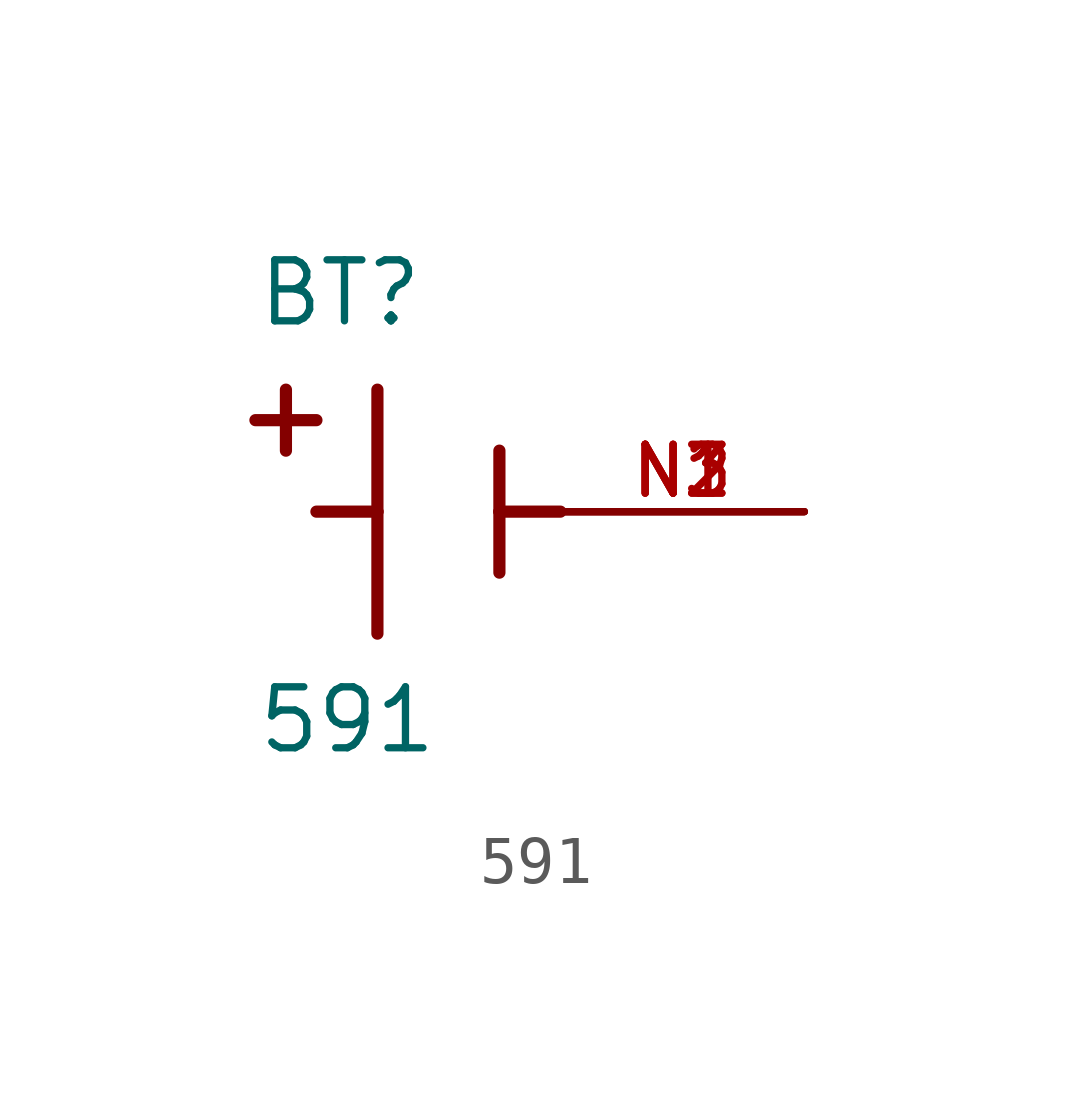
<source format=kicad_sym>
(kicad_symbol_lib
  (version 20211014)
  (generator kicad_symbol_editor)
  (symbol "591"
    (pin_names
      (offset 1.016))
    (property "Reference" "BT"
      (at -3.81 3.81 0)
      (effects (font (size 1.27 1.27)) (justify bottom left)))
    (property "Value" "591"
      (at -3.81 -5.08 0)
      (effects (font (size 1.27 1.27)) (justify bottom left)))
    (symbol "591_0_0"
      (polyline (pts (xy -1.27 2.54) (xy -1.27 0.0)) (stroke (width 0.254)))
      (polyline (pts (xy -1.27 0.0) (xy -1.27 -2.54)) (stroke (width 0.254)))
      (polyline (pts (xy 1.27 1.27) (xy 1.27 0.0)) (stroke (width 0.254)))
      (polyline (pts (xy 1.27 0.0) (xy 1.27 -1.27)) (stroke (width 0.254)))
      (polyline (pts (xy -1.27 0.0) (xy -2.54 0.0)) (stroke (width 0.254)))
      (polyline (pts (xy 1.27 0.0) (xy 2.54 0.0)) (stroke (width 0.254)))
      (polyline (pts (xy -3.175 2.54) (xy -3.175 1.27)) (stroke (width 0.254)))
      (polyline (pts (xy -3.81 1.905) (xy -2.54 1.905)) (stroke (width 0.254)))
      (pin passive line (at 7.62 0.0 180.0) (length 5.08) (name "~" (effects (font (size 1.016 1.016)))) (number "N1" (effects (font (size 1.016 1.016)))))
      (pin passive line (at 7.62 0.0 180.0) (length 5.08) (name "~" (effects (font (size 1.016 1.016)))) (number "N2" (effects (font (size 1.016 1.016)))))
      (pin passive line (at 7.62 0.0 180.0) (length 5.08) (name "~" (effects (font (size 1.016 1.016)))) (number "N3" (effects (font (size 1.016 1.016))))))))
</source>
